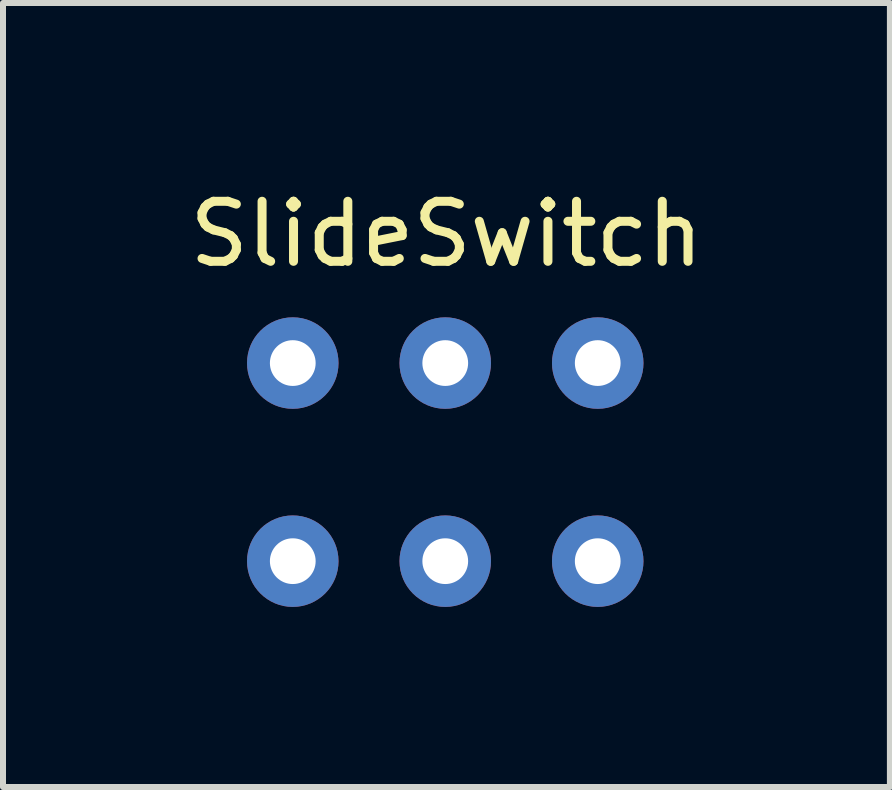
<source format=kicad_pcb>
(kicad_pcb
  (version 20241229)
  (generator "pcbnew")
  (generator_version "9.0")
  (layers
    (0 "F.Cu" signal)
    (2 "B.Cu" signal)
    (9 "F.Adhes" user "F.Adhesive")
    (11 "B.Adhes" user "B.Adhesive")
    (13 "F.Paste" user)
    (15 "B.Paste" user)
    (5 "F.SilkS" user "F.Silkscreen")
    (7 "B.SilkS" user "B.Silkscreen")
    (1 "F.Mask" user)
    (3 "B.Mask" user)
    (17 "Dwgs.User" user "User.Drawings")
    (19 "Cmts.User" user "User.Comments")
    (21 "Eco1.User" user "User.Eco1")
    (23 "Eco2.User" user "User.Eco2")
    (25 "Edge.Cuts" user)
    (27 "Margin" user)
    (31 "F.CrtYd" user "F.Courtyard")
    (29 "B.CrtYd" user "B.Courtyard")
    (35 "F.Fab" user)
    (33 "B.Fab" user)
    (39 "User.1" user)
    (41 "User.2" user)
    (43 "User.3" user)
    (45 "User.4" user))
  (footprint "SlideSwitch"
    (layer "F.Cu")
    (at 4.387 4.658)
    (property "Reference" "SlideSwitch" (at 0 -3.81 0) (layer "F.SilkS") (effects (font (size 1 1) (thickness 0.15))))
    (attr through_hole)
    (pad "1" thru_hole circle (at -2.56 -1.66) (size 1.524 1.524) (drill 0.762) (layers "*.Cu" "*.Mask"))
    (pad "2" thru_hole circle (at -0.02 -1.66) (size 1.524 1.524) (drill 0.762) (layers "*.Cu" "*.Mask"))
    (pad "3" thru_hole circle (at 2.52 -1.66) (size 1.524 1.524) (drill 0.762) (layers "*.Cu" "*.Mask"))
    (pad "4" thru_hole circle (at -2.56 1.64) (size 1.524 1.524) (drill 0.762) (layers "*.Cu" "*.Mask"))
    (pad "5" thru_hole circle (at -0.02 1.64) (size 1.524 1.524) (drill 0.762) (layers "*.Cu" "*.Mask"))
    (pad "6" thru_hole circle (at 2.52 1.64) (size 1.524 1.524) (drill 0.762) (layers "*.Cu" "*.Mask")))
  (gr_rect
    (start -3 -3)
    (end 11.774 10.06)
    (stroke (width 0.1) (type default))
    (fill no)
    (layer "Edge.Cuts")))
</source>
